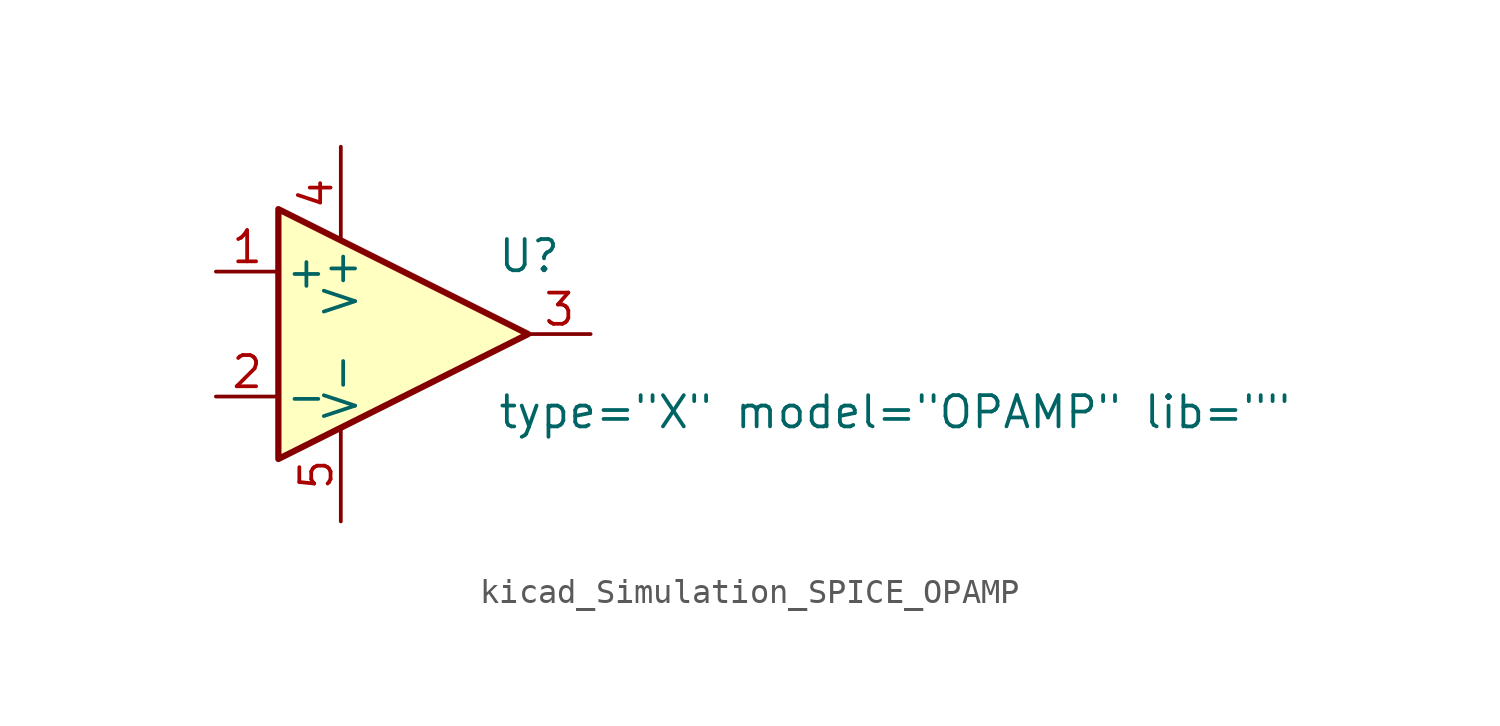
<source format=kicad_sym>
(kicad_symbol_lib
  (version 20220914)
  (generator kicad_symbol_editor)
  (symbol "kicad_Simulation_SPICE_OPAMP"
    (pin_names
      (offset 0.254))
    (property "Reference" "U"
      (at 3.81 3.175 0)
      (effects (font (size 1.27 1.27)) (justify left)))
    (property "Value" "${SIM.PARAMS}"
      (at 3.81 -3.175 0)
      (effects (font (size 1.27 1.27)) (justify left)))
    (property "Sim.Params" "type=\"X\" model=\"OPAMP\" lib=\"\""
      (at 0 0 0)
      (effects (font (size 1.27 1.27)) hide))
    (symbol "kicad_Simulation_SPICE_OPAMP_0_1"
      (polyline (pts (xy 5.08 0) (xy -5.08 5.08) (xy -5.08 -5.08) (xy 5.08 0)) (stroke (width 0.254) (type default)) (fill (type background))))
    (symbol "kicad_Simulation_SPICE_OPAMP_1_1"
      (pin input line (at -7.62 2.54 0) (length 2.54) (name "+" (effects (font (size 1.27 1.27)))) (number "1" (effects (font (size 1.27 1.27)))))
      (pin input line (at -7.62 -2.54 0) (length 2.54) (name "-" (effects (font (size 1.27 1.27)))) (number "2" (effects (font (size 1.27 1.27)))))
      (pin output line (at 7.62 0 180) (length 2.54) (name "~" (effects (font (size 1.27 1.27)))) (number "3" (effects (font (size 1.27 1.27)))))
      (pin power_in line (at -2.54 7.62 270) (length 3.81) (name "V+" (effects (font (size 1.27 1.27)))) (number "4" (effects (font (size 1.27 1.27)))))
      (pin power_in line (at -2.54 -7.62 90) (length 3.81) (name "V-" (effects (font (size 1.27 1.27)))) (number "5" (effects (font (size 1.27 1.27))))))))
</source>
